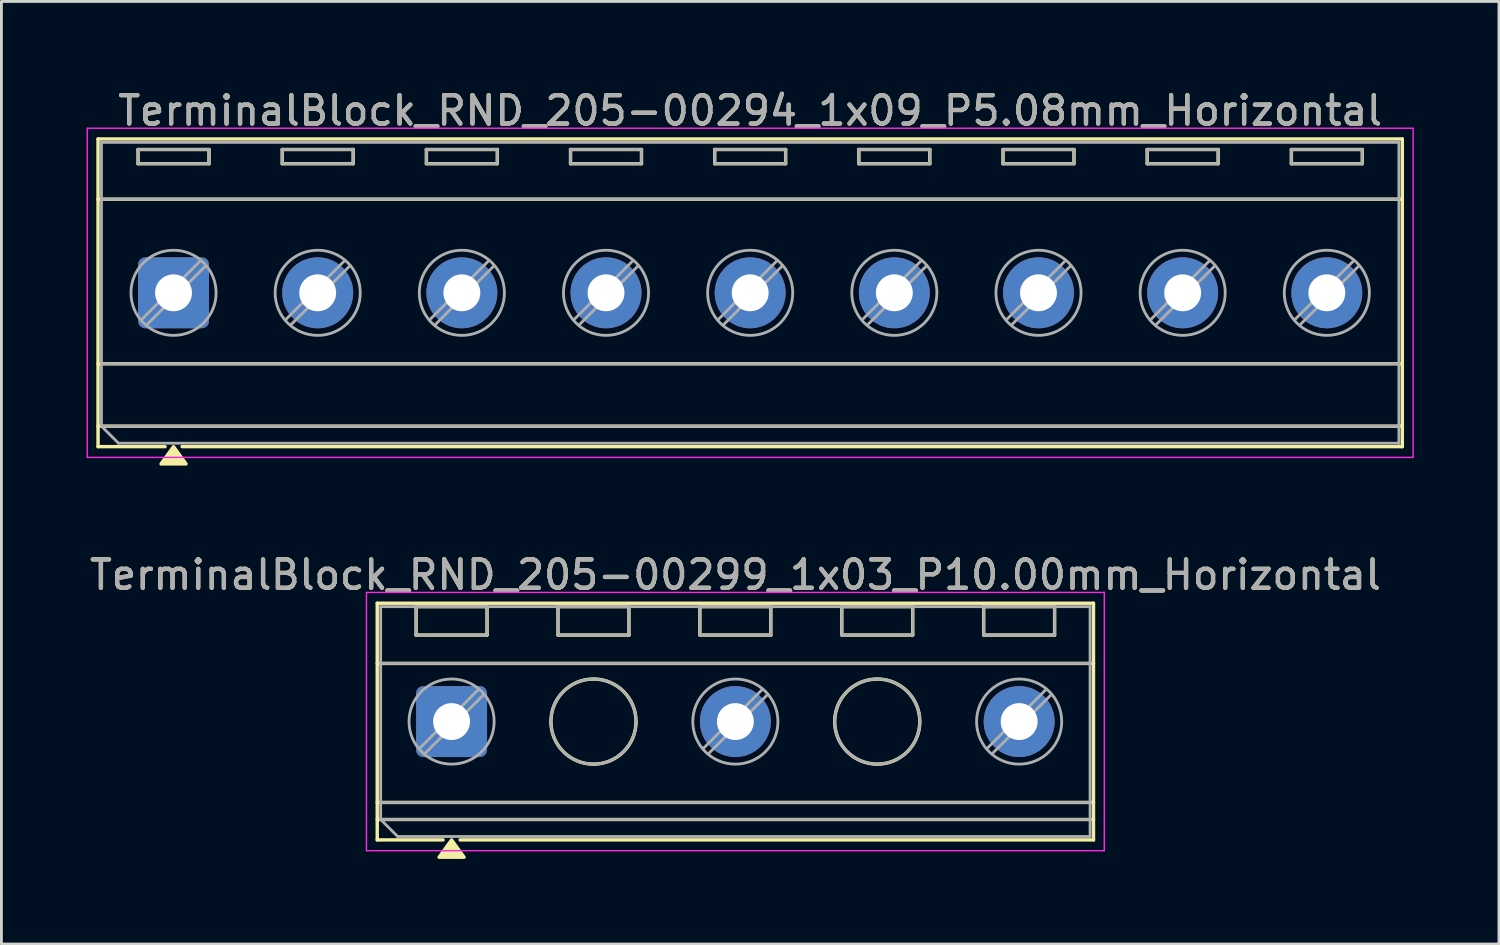
<source format=kicad_pcb>
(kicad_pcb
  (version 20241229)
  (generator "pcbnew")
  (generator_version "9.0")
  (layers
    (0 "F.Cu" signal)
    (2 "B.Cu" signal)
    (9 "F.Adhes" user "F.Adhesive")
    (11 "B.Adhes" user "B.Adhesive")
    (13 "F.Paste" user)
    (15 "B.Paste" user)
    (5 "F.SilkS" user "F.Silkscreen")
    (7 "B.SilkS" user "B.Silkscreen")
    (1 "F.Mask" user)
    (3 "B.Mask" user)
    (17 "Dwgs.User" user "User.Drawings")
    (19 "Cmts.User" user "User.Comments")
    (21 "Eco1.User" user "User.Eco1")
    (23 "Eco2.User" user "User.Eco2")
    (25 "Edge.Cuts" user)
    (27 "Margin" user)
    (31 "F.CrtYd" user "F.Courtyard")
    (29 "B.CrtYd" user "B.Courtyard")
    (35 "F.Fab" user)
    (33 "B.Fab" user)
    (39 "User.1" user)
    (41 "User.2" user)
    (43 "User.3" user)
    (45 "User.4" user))
  (footprint "TerminalBlock_RND_205-00299_1x03_P10.00mm_Horizontal"
    (layer "F.Cu")
    (at 12.863 22.377)
    (property "Reference" "TerminalBlock_RND_205-00299_1x03_P10.00mm_Horizontal" (at 10 -5.17 0) (layer "F.SilkS") (effects (font (size 1 1) (thickness 0.15))))
    (attr through_hole)
    (fp_line (start -2.62 -4.17) (end -2.62 4.17) (stroke (width 0.12) (type solid)) (layer "F.SilkS"))
    (fp_line (start -2.62 -4.17) (end 22.62 -4.17) (stroke (width 0.12) (type solid)) (layer "F.SilkS"))
    (fp_line (start -2.62 -2.05) (end 22.62 -2.05) (stroke (width 0.12) (type solid)) (layer "F.SilkS"))
    (fp_line (start -2.62 2.85) (end 22.62 2.85) (stroke (width 0.12) (type solid)) (layer "F.SilkS"))
    (fp_line (start -2.62 3.45) (end 22.62 3.45) (stroke (width 0.12) (type solid)) (layer "F.SilkS"))
    (fp_line (start -2.62 4.17) (end -0.3 4.17) (stroke (width 0.12) (type solid)) (layer "F.SilkS"))
    (fp_line (start -1.25 -4.05) (end -1.25 -3.05) (stroke (width 0.12) (type solid)) (layer "F.SilkS"))
    (fp_line (start -1.25 -4.05) (end 1.25 -4.05) (stroke (width 0.12) (type solid)) (layer "F.SilkS"))
    (fp_line (start -1.25 -3.05) (end 1.25 -3.05) (stroke (width 0.12) (type solid)) (layer "F.SilkS"))
    (fp_line (start 0.3 4.17) (end 22.62 4.17) (stroke (width 0.12) (type solid)) (layer "F.SilkS"))
    (fp_line (start 1.25 -4.05) (end 1.25 -3.05) (stroke (width 0.12) (type solid)) (layer "F.SilkS"))
    (fp_line (start 3.75 -4.05) (end 3.75 -3.05) (stroke (width 0.12) (type solid)) (layer "F.SilkS"))
    (fp_line (start 3.75 -4.05) (end 6.25 -4.05) (stroke (width 0.12) (type solid)) (layer "F.SilkS"))
    (fp_line (start 3.75 -3.05) (end 6.25 -3.05) (stroke (width 0.12) (type solid)) (layer "F.SilkS"))
    (fp_line (start 6.25 -4.05) (end 6.25 -3.05) (stroke (width 0.12) (type solid)) (layer "F.SilkS"))
    (fp_line (start 8.75 -4.05) (end 8.75 -3.05) (stroke (width 0.12) (type solid)) (layer "F.SilkS"))
    (fp_line (start 8.75 -4.05) (end 11.25 -4.05) (stroke (width 0.12) (type solid)) (layer "F.SilkS"))
    (fp_line (start 8.75 -3.05) (end 11.25 -3.05) (stroke (width 0.12) (type solid)) (layer "F.SilkS"))
    (fp_line (start 11.25 -4.05) (end 11.25 -3.05) (stroke (width 0.12) (type solid)) (layer "F.SilkS"))
    (fp_line (start 13.75 -4.05) (end 13.75 -3.05) (stroke (width 0.12) (type solid)) (layer "F.SilkS"))
    (fp_line (start 13.75 -4.05) (end 16.25 -4.05) (stroke (width 0.12) (type solid)) (layer "F.SilkS"))
    (fp_line (start 13.75 -3.05) (end 16.25 -3.05) (stroke (width 0.12) (type solid)) (layer "F.SilkS"))
    (fp_line (start 16.25 -4.05) (end 16.25 -3.05) (stroke (width 0.12) (type solid)) (layer "F.SilkS"))
    (fp_line (start 18.75 -4.05) (end 18.75 -3.05) (stroke (width 0.12) (type solid)) (layer "F.SilkS"))
    (fp_line (start 18.75 -4.05) (end 21.25 -4.05) (stroke (width 0.12) (type solid)) (layer "F.SilkS"))
    (fp_line (start 18.75 -3.05) (end 21.25 -3.05) (stroke (width 0.12) (type solid)) (layer "F.SilkS"))
    (fp_line (start 21.25 -4.05) (end 21.25 -3.05) (stroke (width 0.12) (type solid)) (layer "F.SilkS"))
    (fp_line (start 22.62 -4.17) (end 22.62 4.17) (stroke (width 0.12) (type solid)) (layer "F.SilkS"))
    (fp_circle (center 5 0) (end 6.5 0) (stroke (width 0.12) (type solid)) (fill no) (layer "F.SilkS"))
    (fp_circle (center 15 0) (end 16.5 0) (stroke (width 0.12) (type solid)) (fill no) (layer "F.SilkS"))
    (fp_poly (pts (xy 0 4.17) (xy 0.44 4.78) (xy -0.44 4.78)) (stroke (width 0.12) (type solid)) (fill yes) (layer "F.SilkS"))
    (fp_line (start -3 -4.55) (end -3 4.55) (stroke (width 0.05) (type solid)) (layer "F.CrtYd"))
    (fp_line (start -3 4.55) (end 23 4.55) (stroke (width 0.05) (type solid)) (layer "F.CrtYd"))
    (fp_line (start 23 -4.55) (end -3 -4.55) (stroke (width 0.05) (type solid)) (layer "F.CrtYd"))
    (fp_line (start 23 4.55) (end 23 -4.55) (stroke (width 0.05) (type solid)) (layer "F.CrtYd"))
    (fp_line (start -2.5 -4.05) (end 22.5 -4.05) (stroke (width 0.1) (type solid)) (layer "F.Fab"))
    (fp_line (start -2.5 -2.05) (end 22.5 -2.05) (stroke (width 0.1) (type solid)) (layer "F.Fab"))
    (fp_line (start -2.5 2.85) (end 22.5 2.85) (stroke (width 0.1) (type solid)) (layer "F.Fab"))
    (fp_line (start -2.5 3.45) (end -2.5 -4.05) (stroke (width 0.1) (type solid)) (layer "F.Fab"))
    (fp_line (start -2.5 3.45) (end 22.5 3.45) (stroke (width 0.1) (type solid)) (layer "F.Fab"))
    (fp_line (start -1.9 4.05) (end -2.5 3.45) (stroke (width 0.1) (type solid)) (layer "F.Fab"))
    (fp_line (start -1.25 -4.05) (end -1.25 -3.05) (stroke (width 0.1) (type solid)) (layer "F.Fab"))
    (fp_line (start -1.25 -3.05) (end 1.25 -3.05) (stroke (width 0.1) (type solid)) (layer "F.Fab"))
    (fp_line (start 0.955 -1.138) (end -1.138 0.955) (stroke (width 0.1) (type solid)) (layer "F.Fab"))
    (fp_line (start 1.138 -0.955) (end -0.955 1.138) (stroke (width 0.1) (type solid)) (layer "F.Fab"))
    (fp_line (start 1.25 -4.05) (end -1.25 -4.05) (stroke (width 0.1) (type solid)) (layer "F.Fab"))
    (fp_line (start 1.25 -3.05) (end 1.25 -4.05) (stroke (width 0.1) (type solid)) (layer "F.Fab"))
    (fp_line (start 3.75 -4.05) (end 3.75 -3.05) (stroke (width 0.1) (type solid)) (layer "F.Fab"))
    (fp_line (start 3.75 -3.05) (end 6.25 -3.05) (stroke (width 0.1) (type solid)) (layer "F.Fab"))
    (fp_line (start 6.25 -4.05) (end 3.75 -4.05) (stroke (width 0.1) (type solid)) (layer "F.Fab"))
    (fp_line (start 6.25 -3.05) (end 6.25 -4.05) (stroke (width 0.1) (type solid)) (layer "F.Fab"))
    (fp_line (start 8.75 -4.05) (end 8.75 -3.05) (stroke (width 0.1) (type solid)) (layer "F.Fab"))
    (fp_line (start 8.75 -3.05) (end 11.25 -3.05) (stroke (width 0.1) (type solid)) (layer "F.Fab"))
    (fp_line (start 10.955 -1.138) (end 8.862 0.955) (stroke (width 0.1) (type solid)) (layer "F.Fab"))
    (fp_line (start 11.138 -0.955) (end 9.045 1.138) (stroke (width 0.1) (type solid)) (layer "F.Fab"))
    (fp_line (start 11.25 -4.05) (end 8.75 -4.05) (stroke (width 0.1) (type solid)) (layer "F.Fab"))
    (fp_line (start 11.25 -3.05) (end 11.25 -4.05) (stroke (width 0.1) (type solid)) (layer "F.Fab"))
    (fp_line (start 13.75 -4.05) (end 13.75 -3.05) (stroke (width 0.1) (type solid)) (layer "F.Fab"))
    (fp_line (start 13.75 -3.05) (end 16.25 -3.05) (stroke (width 0.1) (type solid)) (layer "F.Fab"))
    (fp_line (start 16.25 -4.05) (end 13.75 -4.05) (stroke (width 0.1) (type solid)) (layer "F.Fab"))
    (fp_line (start 16.25 -3.05) (end 16.25 -4.05) (stroke (width 0.1) (type solid)) (layer "F.Fab"))
    (fp_line (start 18.75 -4.05) (end 18.75 -3.05) (stroke (width 0.1) (type solid)) (layer "F.Fab"))
    (fp_line (start 18.75 -3.05) (end 21.25 -3.05) (stroke (width 0.1) (type solid)) (layer "F.Fab"))
    (fp_line (start 20.955 -1.138) (end 18.862 0.955) (stroke (width 0.1) (type solid)) (layer "F.Fab"))
    (fp_line (start 21.138 -0.955) (end 19.045 1.138) (stroke (width 0.1) (type solid)) (layer "F.Fab"))
    (fp_line (start 21.25 -4.05) (end 18.75 -4.05) (stroke (width 0.1) (type solid)) (layer "F.Fab"))
    (fp_line (start 21.25 -3.05) (end 21.25 -4.05) (stroke (width 0.1) (type solid)) (layer "F.Fab"))
    (fp_line (start 22.5 -4.05) (end 22.5 4.05) (stroke (width 0.1) (type solid)) (layer "F.Fab"))
    (fp_line (start 22.5 4.05) (end -1.9 4.05) (stroke (width 0.1) (type solid)) (layer "F.Fab"))
    (fp_circle (center 0 0) (end 1.5 0) (stroke (width 0.1) (type solid)) (fill no) (layer "F.Fab"))
    (fp_circle (center 5 0) (end 6.5 0) (stroke (width 0.1) (type solid)) (fill no) (layer "F.Fab"))
    (fp_circle (center 10 0) (end 11.5 0) (stroke (width 0.1) (type solid)) (fill no) (layer "F.Fab"))
    (fp_circle (center 15 0) (end 16.5 0) (stroke (width 0.1) (type solid)) (fill no) (layer "F.Fab"))
    (fp_circle (center 20 0) (end 21.5 0) (stroke (width 0.1) (type solid)) (fill no) (layer "F.Fab"))
    (fp_text user "${REFERENCE}" (at 10 -5.17 0) (layer "F.Fab") (effects (font (size 1 1) (thickness 0.15))))
    (pad "1" thru_hole roundrect (at 0 0) (size 2.5 2.5) (drill 1.3) (layers "*.Cu" "*.Mask") (roundrect_rratio 0.1))
    (pad "2" thru_hole circle (at 10 0) (size 2.5 2.5) (drill 1.3) (layers "*.Cu" "*.Mask"))
    (pad "3" thru_hole circle (at 20 0) (size 2.5 2.5) (drill 1.3) (layers "*.Cu" "*.Mask")))
  (footprint "TerminalBlock_RND_205-00294_1x09_P5.08mm_Horizontal"
    (layer "F.Cu")
    (at 3.065 7.268)
    (property "Reference" "TerminalBlock_RND_205-00294_1x09_P5.08mm_Horizontal" (at 20.32 -6.42 0) (layer "F.SilkS") (effects (font (size 1 1) (thickness 0.15))))
    (attr through_hole)
    (fp_line (start -2.66 -5.42) (end -2.66 5.42) (stroke (width 0.12) (type solid)) (layer "F.SilkS"))
    (fp_line (start -2.66 -5.42) (end 43.3 -5.42) (stroke (width 0.12) (type solid)) (layer "F.SilkS"))
    (fp_line (start -2.66 -3.3) (end 43.3 -3.3) (stroke (width 0.12) (type solid)) (layer "F.SilkS"))
    (fp_line (start -2.66 2.5) (end 43.3 2.5) (stroke (width 0.12) (type solid)) (layer "F.SilkS"))
    (fp_line (start -2.66 4.7) (end 43.3 4.7) (stroke (width 0.12) (type solid)) (layer "F.SilkS"))
    (fp_line (start -2.66 5.42) (end -0.3 5.42) (stroke (width 0.12) (type solid)) (layer "F.SilkS"))
    (fp_line (start -1.25 -5.05) (end -1.25 -4.55) (stroke (width 0.12) (type solid)) (layer "F.SilkS"))
    (fp_line (start -1.25 -5.05) (end 1.25 -5.05) (stroke (width 0.12) (type solid)) (layer "F.SilkS"))
    (fp_line (start -1.25 -4.55) (end 1.25 -4.55) (stroke (width 0.12) (type solid)) (layer "F.SilkS"))
    (fp_line (start 0.3 5.42) (end 43.3 5.42) (stroke (width 0.12) (type solid)) (layer "F.SilkS"))
    (fp_line (start 1.25 -5.05) (end 1.25 -4.55) (stroke (width 0.12) (type solid)) (layer "F.SilkS"))
    (fp_line (start 3.83 -5.05) (end 3.83 -4.55) (stroke (width 0.12) (type solid)) (layer "F.SilkS"))
    (fp_line (start 3.83 -5.05) (end 6.33 -5.05) (stroke (width 0.12) (type solid)) (layer "F.SilkS"))
    (fp_line (start 3.83 -4.55) (end 6.33 -4.55) (stroke (width 0.12) (type solid)) (layer "F.SilkS"))
    (fp_line (start 6.33 -5.05) (end 6.33 -4.55) (stroke (width 0.12) (type solid)) (layer "F.SilkS"))
    (fp_line (start 8.91 -5.05) (end 8.91 -4.55) (stroke (width 0.12) (type solid)) (layer "F.SilkS"))
    (fp_line (start 8.91 -5.05) (end 11.41 -5.05) (stroke (width 0.12) (type solid)) (layer "F.SilkS"))
    (fp_line (start 8.91 -4.55) (end 11.41 -4.55) (stroke (width 0.12) (type solid)) (layer "F.SilkS"))
    (fp_line (start 11.41 -5.05) (end 11.41 -4.55) (stroke (width 0.12) (type solid)) (layer "F.SilkS"))
    (fp_line (start 13.99 -5.05) (end 13.99 -4.55) (stroke (width 0.12) (type solid)) (layer "F.SilkS"))
    (fp_line (start 13.99 -5.05) (end 16.49 -5.05) (stroke (width 0.12) (type solid)) (layer "F.SilkS"))
    (fp_line (start 13.99 -4.55) (end 16.49 -4.55) (stroke (width 0.12) (type solid)) (layer "F.SilkS"))
    (fp_line (start 16.49 -5.05) (end 16.49 -4.55) (stroke (width 0.12) (type solid)) (layer "F.SilkS"))
    (fp_line (start 19.07 -5.05) (end 19.07 -4.55) (stroke (width 0.12) (type solid)) (layer "F.SilkS"))
    (fp_line (start 19.07 -5.05) (end 21.57 -5.05) (stroke (width 0.12) (type solid)) (layer "F.SilkS"))
    (fp_line (start 19.07 -4.55) (end 21.57 -4.55) (stroke (width 0.12) (type solid)) (layer "F.SilkS"))
    (fp_line (start 21.57 -5.05) (end 21.57 -4.55) (stroke (width 0.12) (type solid)) (layer "F.SilkS"))
    (fp_line (start 24.15 -5.05) (end 24.15 -4.55) (stroke (width 0.12) (type solid)) (layer "F.SilkS"))
    (fp_line (start 24.15 -5.05) (end 26.65 -5.05) (stroke (width 0.12) (type solid)) (layer "F.SilkS"))
    (fp_line (start 24.15 -4.55) (end 26.65 -4.55) (stroke (width 0.12) (type solid)) (layer "F.SilkS"))
    (fp_line (start 26.65 -5.05) (end 26.65 -4.55) (stroke (width 0.12) (type solid)) (layer "F.SilkS"))
    (fp_line (start 29.23 -5.05) (end 29.23 -4.55) (stroke (width 0.12) (type solid)) (layer "F.SilkS"))
    (fp_line (start 29.23 -5.05) (end 31.73 -5.05) (stroke (width 0.12) (type solid)) (layer "F.SilkS"))
    (fp_line (start 29.23 -4.55) (end 31.73 -4.55) (stroke (width 0.12) (type solid)) (layer "F.SilkS"))
    (fp_line (start 31.73 -5.05) (end 31.73 -4.55) (stroke (width 0.12) (type solid)) (layer "F.SilkS"))
    (fp_line (start 34.31 -5.05) (end 34.31 -4.55) (stroke (width 0.12) (type solid)) (layer "F.SilkS"))
    (fp_line (start 34.31 -5.05) (end 36.81 -5.05) (stroke (width 0.12) (type solid)) (layer "F.SilkS"))
    (fp_line (start 34.31 -4.55) (end 36.81 -4.55) (stroke (width 0.12) (type solid)) (layer "F.SilkS"))
    (fp_line (start 36.81 -5.05) (end 36.81 -4.55) (stroke (width 0.12) (type solid)) (layer "F.SilkS"))
    (fp_line (start 39.39 -5.05) (end 39.39 -4.55) (stroke (width 0.12) (type solid)) (layer "F.SilkS"))
    (fp_line (start 39.39 -5.05) (end 41.89 -5.05) (stroke (width 0.12) (type solid)) (layer "F.SilkS"))
    (fp_line (start 39.39 -4.55) (end 41.89 -4.55) (stroke (width 0.12) (type solid)) (layer "F.SilkS"))
    (fp_line (start 41.89 -5.05) (end 41.89 -4.55) (stroke (width 0.12) (type solid)) (layer "F.SilkS"))
    (fp_line (start 43.3 -5.42) (end 43.3 5.42) (stroke (width 0.12) (type solid)) (layer "F.SilkS"))
    (fp_poly (pts (xy 0 5.42) (xy 0.44 6.03) (xy -0.44 6.03)) (stroke (width 0.12) (type solid)) (fill yes) (layer "F.SilkS"))
    (fp_line (start -3.04 -5.8) (end -3.04 5.8) (stroke (width 0.05) (type solid)) (layer "F.CrtYd"))
    (fp_line (start -3.04 5.8) (end 43.68 5.8) (stroke (width 0.05) (type solid)) (layer "F.CrtYd"))
    (fp_line (start 43.68 -5.8) (end -3.04 -5.8) (stroke (width 0.05) (type solid)) (layer "F.CrtYd"))
    (fp_line (start 43.68 5.8) (end 43.68 -5.8) (stroke (width 0.05) (type solid)) (layer "F.CrtYd"))
    (fp_line (start -2.54 -5.3) (end 43.18 -5.3) (stroke (width 0.1) (type solid)) (layer "F.Fab"))
    (fp_line (start -2.54 -3.3) (end 43.18 -3.3) (stroke (width 0.1) (type solid)) (layer "F.Fab"))
    (fp_line (start -2.54 2.5) (end 43.18 2.5) (stroke (width 0.1) (type solid)) (layer "F.Fab"))
    (fp_line (start -2.54 4.7) (end -2.54 -5.3) (stroke (width 0.1) (type solid)) (layer "F.Fab"))
    (fp_line (start -2.54 4.7) (end 43.18 4.7) (stroke (width 0.1) (type solid)) (layer "F.Fab"))
    (fp_line (start -1.94 5.3) (end -2.54 4.7) (stroke (width 0.1) (type solid)) (layer "F.Fab"))
    (fp_line (start -1.25 -5.05) (end -1.25 -4.55) (stroke (width 0.1) (type solid)) (layer "F.Fab"))
    (fp_line (start -1.25 -4.55) (end 1.25 -4.55) (stroke (width 0.1) (type solid)) (layer "F.Fab"))
    (fp_line (start 0.955 -1.138) (end -1.138 0.955) (stroke (width 0.1) (type solid)) (layer "F.Fab"))
    (fp_line (start 1.138 -0.955) (end -0.955 1.138) (stroke (width 0.1) (type solid)) (layer "F.Fab"))
    (fp_line (start 1.25 -5.05) (end -1.25 -5.05) (stroke (width 0.1) (type solid)) (layer "F.Fab"))
    (fp_line (start 1.25 -4.55) (end 1.25 -5.05) (stroke (width 0.1) (type solid)) (layer "F.Fab"))
    (fp_line (start 3.83 -5.05) (end 3.83 -4.55) (stroke (width 0.1) (type solid)) (layer "F.Fab"))
    (fp_line (start 3.83 -4.55) (end 6.33 -4.55) (stroke (width 0.1) (type solid)) (layer "F.Fab"))
    (fp_line (start 6.035 -1.138) (end 3.942 0.955) (stroke (width 0.1) (type solid)) (layer "F.Fab"))
    (fp_line (start 6.218 -0.955) (end 4.125 1.138) (stroke (width 0.1) (type solid)) (layer "F.Fab"))
    (fp_line (start 6.33 -5.05) (end 3.83 -5.05) (stroke (width 0.1) (type solid)) (layer "F.Fab"))
    (fp_line (start 6.33 -4.55) (end 6.33 -5.05) (stroke (width 0.1) (type solid)) (layer "F.Fab"))
    (fp_line (start 8.91 -5.05) (end 8.91 -4.55) (stroke (width 0.1) (type solid)) (layer "F.Fab"))
    (fp_line (start 8.91 -4.55) (end 11.41 -4.55) (stroke (width 0.1) (type solid)) (layer "F.Fab"))
    (fp_line (start 11.115 -1.138) (end 9.022 0.955) (stroke (width 0.1) (type solid)) (layer "F.Fab"))
    (fp_line (start 11.298 -0.955) (end 9.205 1.138) (stroke (width 0.1) (type solid)) (layer "F.Fab"))
    (fp_line (start 11.41 -5.05) (end 8.91 -5.05) (stroke (width 0.1) (type solid)) (layer "F.Fab"))
    (fp_line (start 11.41 -4.55) (end 11.41 -5.05) (stroke (width 0.1) (type solid)) (layer "F.Fab"))
    (fp_line (start 13.99 -5.05) (end 13.99 -4.55) (stroke (width 0.1) (type solid)) (layer "F.Fab"))
    (fp_line (start 13.99 -4.55) (end 16.49 -4.55) (stroke (width 0.1) (type solid)) (layer "F.Fab"))
    (fp_line (start 16.195 -1.138) (end 14.102 0.955) (stroke (width 0.1) (type solid)) (layer "F.Fab"))
    (fp_line (start 16.378 -0.955) (end 14.285 1.138) (stroke (width 0.1) (type solid)) (layer "F.Fab"))
    (fp_line (start 16.49 -5.05) (end 13.99 -5.05) (stroke (width 0.1) (type solid)) (layer "F.Fab"))
    (fp_line (start 16.49 -4.55) (end 16.49 -5.05) (stroke (width 0.1) (type solid)) (layer "F.Fab"))
    (fp_line (start 19.07 -5.05) (end 19.07 -4.55) (stroke (width 0.1) (type solid)) (layer "F.Fab"))
    (fp_line (start 19.07 -4.55) (end 21.57 -4.55) (stroke (width 0.1) (type solid)) (layer "F.Fab"))
    (fp_line (start 21.275 -1.138) (end 19.182 0.955) (stroke (width 0.1) (type solid)) (layer "F.Fab"))
    (fp_line (start 21.458 -0.955) (end 19.365 1.138) (stroke (width 0.1) (type solid)) (layer "F.Fab"))
    (fp_line (start 21.57 -5.05) (end 19.07 -5.05) (stroke (width 0.1) (type solid)) (layer "F.Fab"))
    (fp_line (start 21.57 -4.55) (end 21.57 -5.05) (stroke (width 0.1) (type solid)) (layer "F.Fab"))
    (fp_line (start 24.15 -5.05) (end 24.15 -4.55) (stroke (width 0.1) (type solid)) (layer "F.Fab"))
    (fp_line (start 24.15 -4.55) (end 26.65 -4.55) (stroke (width 0.1) (type solid)) (layer "F.Fab"))
    (fp_line (start 26.355 -1.138) (end 24.262 0.955) (stroke (width 0.1) (type solid)) (layer "F.Fab"))
    (fp_line (start 26.538 -0.955) (end 24.445 1.138) (stroke (width 0.1) (type solid)) (layer "F.Fab"))
    (fp_line (start 26.65 -5.05) (end 24.15 -5.05) (stroke (width 0.1) (type solid)) (layer "F.Fab"))
    (fp_line (start 26.65 -4.55) (end 26.65 -5.05) (stroke (width 0.1) (type solid)) (layer "F.Fab"))
    (fp_line (start 29.23 -5.05) (end 29.23 -4.55) (stroke (width 0.1) (type solid)) (layer "F.Fab"))
    (fp_line (start 29.23 -4.55) (end 31.73 -4.55) (stroke (width 0.1) (type solid)) (layer "F.Fab"))
    (fp_line (start 31.435 -1.138) (end 29.342 0.955) (stroke (width 0.1) (type solid)) (layer "F.Fab"))
    (fp_line (start 31.618 -0.955) (end 29.525 1.138) (stroke (width 0.1) (type solid)) (layer "F.Fab"))
    (fp_line (start 31.73 -5.05) (end 29.23 -5.05) (stroke (width 0.1) (type solid)) (layer "F.Fab"))
    (fp_line (start 31.73 -4.55) (end 31.73 -5.05) (stroke (width 0.1) (type solid)) (layer "F.Fab"))
    (fp_line (start 34.31 -5.05) (end 34.31 -4.55) (stroke (width 0.1) (type solid)) (layer "F.Fab"))
    (fp_line (start 34.31 -4.55) (end 36.81 -4.55) (stroke (width 0.1) (type solid)) (layer "F.Fab"))
    (fp_line (start 36.515 -1.138) (end 34.422 0.955) (stroke (width 0.1) (type solid)) (layer "F.Fab"))
    (fp_line (start 36.698 -0.955) (end 34.605 1.138) (stroke (width 0.1) (type solid)) (layer "F.Fab"))
    (fp_line (start 36.81 -5.05) (end 34.31 -5.05) (stroke (width 0.1) (type solid)) (layer "F.Fab"))
    (fp_line (start 36.81 -4.55) (end 36.81 -5.05) (stroke (width 0.1) (type solid)) (layer "F.Fab"))
    (fp_line (start 39.39 -5.05) (end 39.39 -4.55) (stroke (width 0.1) (type solid)) (layer "F.Fab"))
    (fp_line (start 39.39 -4.55) (end 41.89 -4.55) (stroke (width 0.1) (type solid)) (layer "F.Fab"))
    (fp_line (start 41.595 -1.138) (end 39.502 0.955) (stroke (width 0.1) (type solid)) (layer "F.Fab"))
    (fp_line (start 41.778 -0.955) (end 39.685 1.138) (stroke (width 0.1) (type solid)) (layer "F.Fab"))
    (fp_line (start 41.89 -5.05) (end 39.39 -5.05) (stroke (width 0.1) (type solid)) (layer "F.Fab"))
    (fp_line (start 41.89 -4.55) (end 41.89 -5.05) (stroke (width 0.1) (type solid)) (layer "F.Fab"))
    (fp_line (start 43.18 -5.3) (end 43.18 5.3) (stroke (width 0.1) (type solid)) (layer "F.Fab"))
    (fp_line (start 43.18 5.3) (end -1.94 5.3) (stroke (width 0.1) (type solid)) (layer "F.Fab"))
    (fp_circle (center 0 0) (end 1.5 0) (stroke (width 0.1) (type solid)) (fill no) (layer "F.Fab"))
    (fp_circle (center 5.08 0) (end 6.58 0) (stroke (width 0.1) (type solid)) (fill no) (layer "F.Fab"))
    (fp_circle (center 10.16 0) (end 11.66 0) (stroke (width 0.1) (type solid)) (fill no) (layer "F.Fab"))
    (fp_circle (center 15.24 0) (end 16.74 0) (stroke (width 0.1) (type solid)) (fill no) (layer "F.Fab"))
    (fp_circle (center 20.32 0) (end 21.82 0) (stroke (width 0.1) (type solid)) (fill no) (layer "F.Fab"))
    (fp_circle (center 25.4 0) (end 26.9 0) (stroke (width 0.1) (type solid)) (fill no) (layer "F.Fab"))
    (fp_circle (center 30.48 0) (end 31.98 0) (stroke (width 0.1) (type solid)) (fill no) (layer "F.Fab"))
    (fp_circle (center 35.56 0) (end 37.06 0) (stroke (width 0.1) (type solid)) (fill no) (layer "F.Fab"))
    (fp_circle (center 40.64 0) (end 42.14 0) (stroke (width 0.1) (type solid)) (fill no) (layer "F.Fab"))
    (fp_text user "${REFERENCE}" (at 20.32 -6.42 0) (layer "F.Fab") (effects (font (size 1 1) (thickness 0.15))))
    (pad "1" thru_hole roundrect (at 0 0) (size 2.5 2.5) (drill 1.3) (layers "*.Cu" "*.Mask") (roundrect_rratio 0.1))
    (pad "2" thru_hole circle (at 5.08 0) (size 2.5 2.5) (drill 1.3) (layers "*.Cu" "*.Mask"))
    (pad "3" thru_hole circle (at 10.16 0) (size 2.5 2.5) (drill 1.3) (layers "*.Cu" "*.Mask"))
    (pad "4" thru_hole circle (at 15.24 0) (size 2.5 2.5) (drill 1.3) (layers "*.Cu" "*.Mask"))
    (pad "5" thru_hole circle (at 20.32 0) (size 2.5 2.5) (drill 1.3) (layers "*.Cu" "*.Mask"))
    (pad "6" thru_hole circle (at 25.4 0) (size 2.5 2.5) (drill 1.3) (layers "*.Cu" "*.Mask"))
    (pad "7" thru_hole circle (at 30.48 0) (size 2.5 2.5) (drill 1.3) (layers "*.Cu" "*.Mask"))
    (pad "8" thru_hole circle (at 35.56 0) (size 2.5 2.5) (drill 1.3) (layers "*.Cu" "*.Mask"))
    (pad "9" thru_hole circle (at 40.64 0) (size 2.5 2.5) (drill 1.3) (layers "*.Cu" "*.Mask")))
  (gr_rect
    (start -3 -3)
    (end 49.77 30.216)
    (stroke (width 0.1) (type default))
    (fill no)
    (layer "Edge.Cuts")))
</source>
